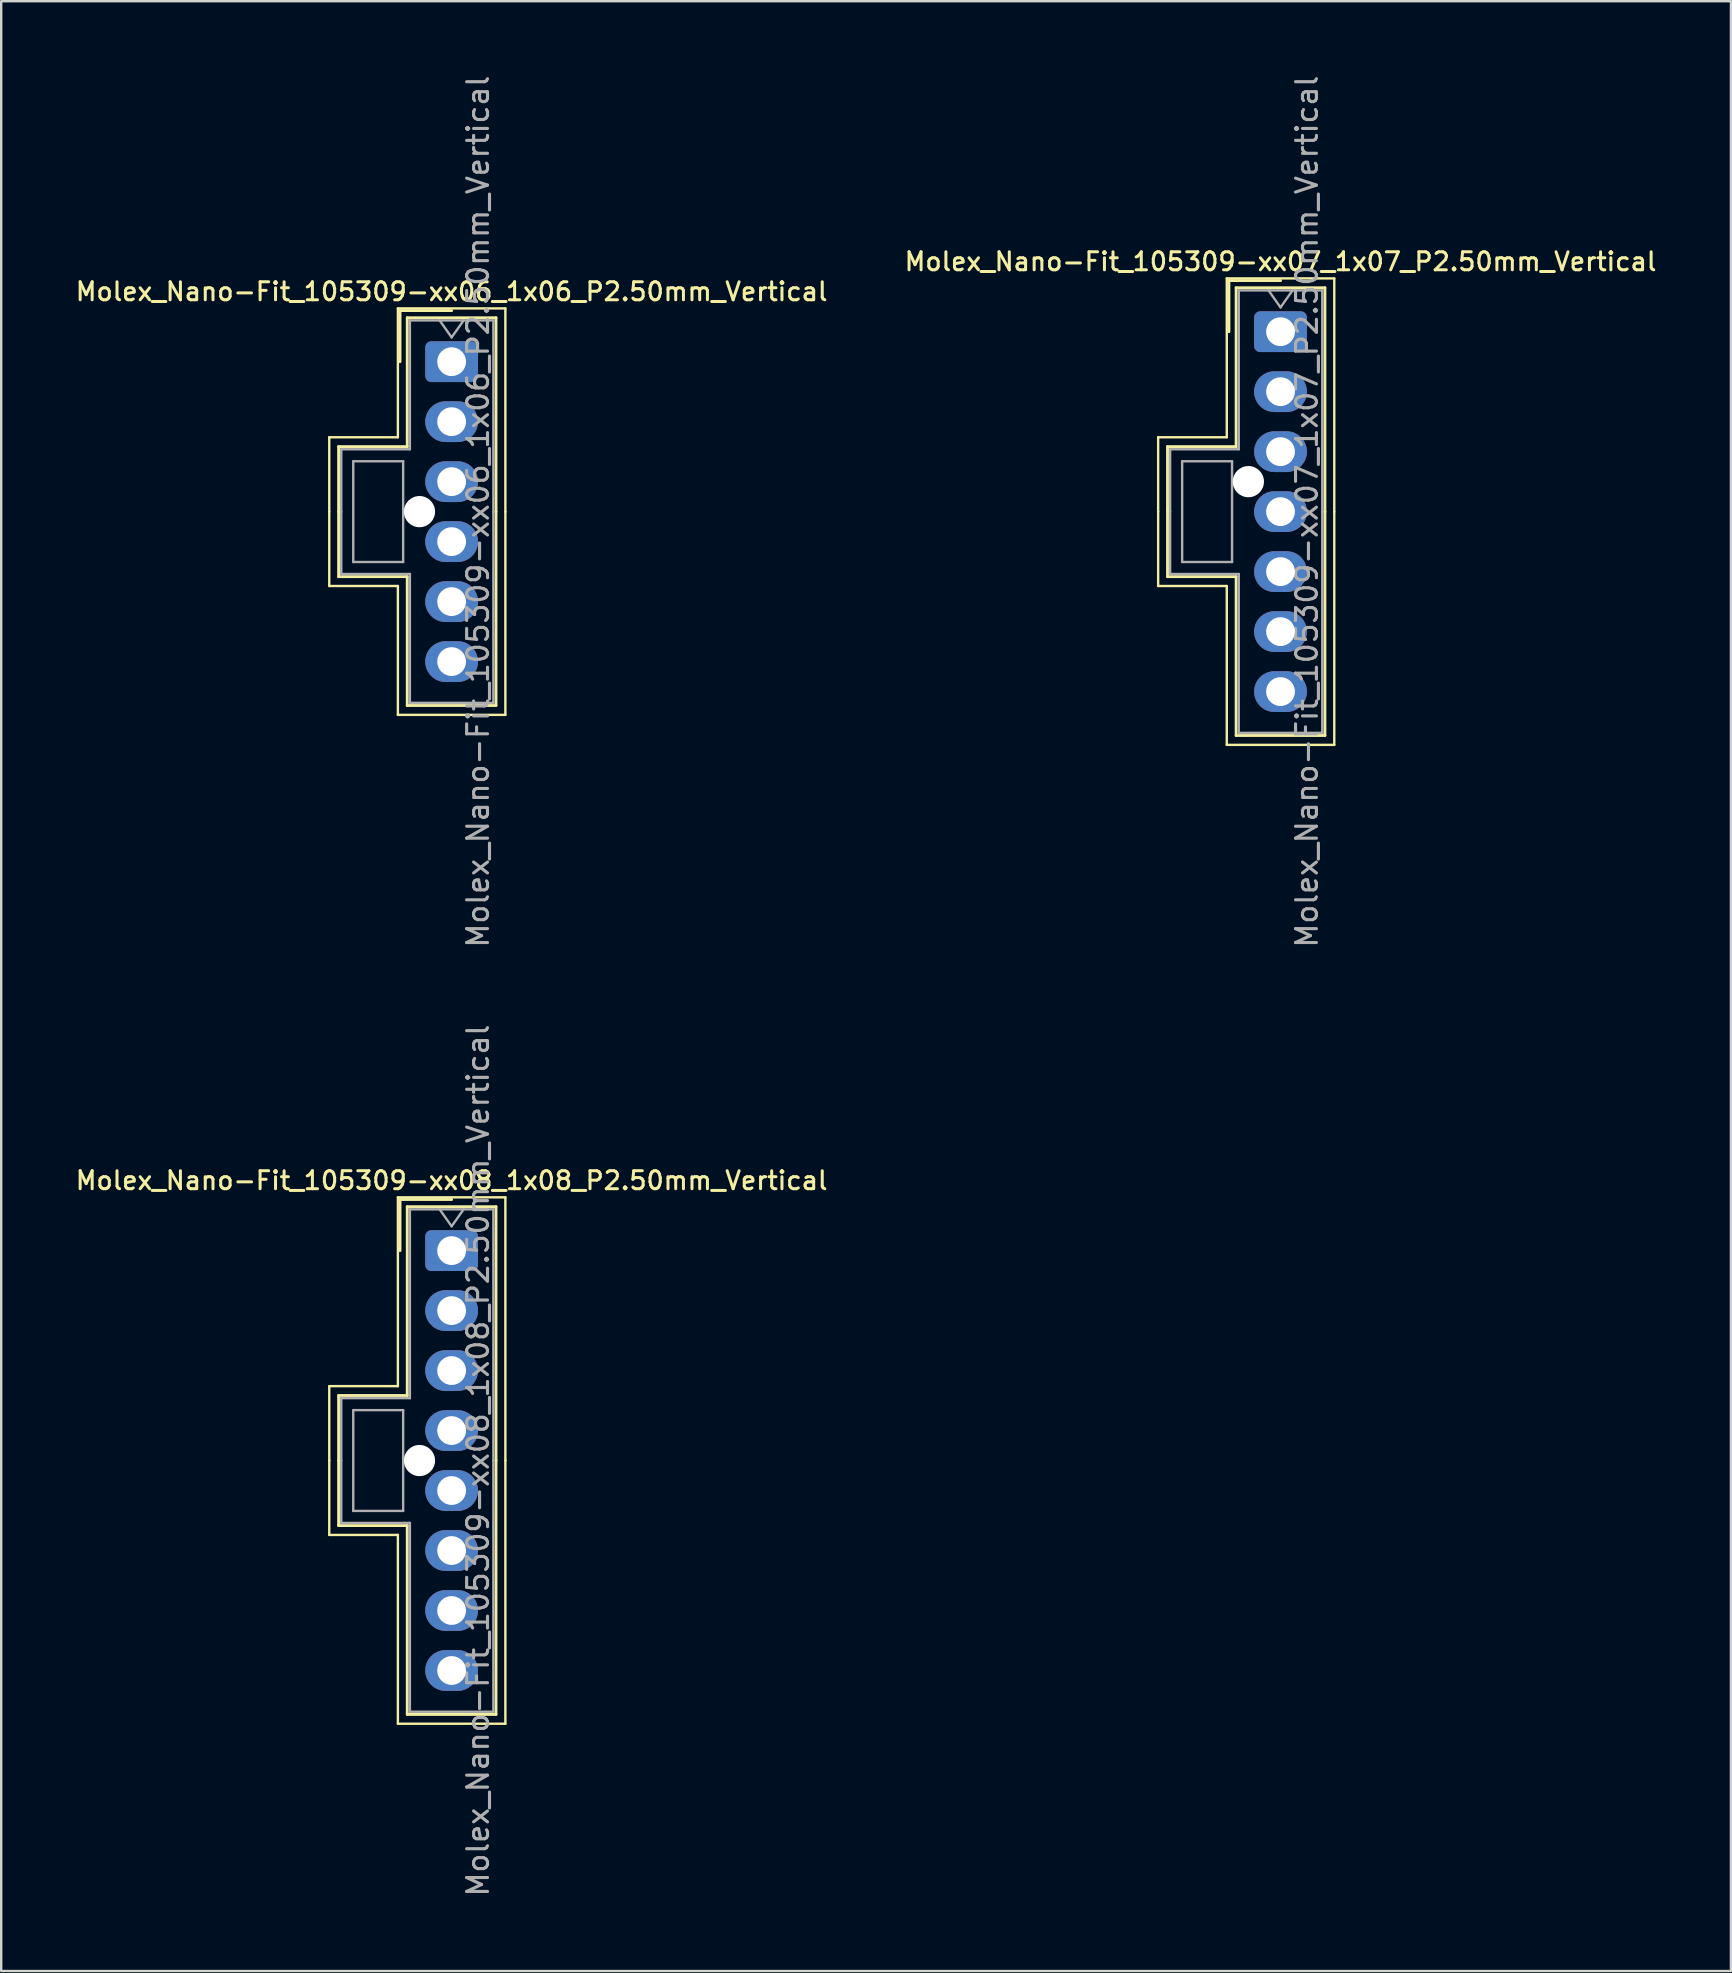
<source format=kicad_pcb>
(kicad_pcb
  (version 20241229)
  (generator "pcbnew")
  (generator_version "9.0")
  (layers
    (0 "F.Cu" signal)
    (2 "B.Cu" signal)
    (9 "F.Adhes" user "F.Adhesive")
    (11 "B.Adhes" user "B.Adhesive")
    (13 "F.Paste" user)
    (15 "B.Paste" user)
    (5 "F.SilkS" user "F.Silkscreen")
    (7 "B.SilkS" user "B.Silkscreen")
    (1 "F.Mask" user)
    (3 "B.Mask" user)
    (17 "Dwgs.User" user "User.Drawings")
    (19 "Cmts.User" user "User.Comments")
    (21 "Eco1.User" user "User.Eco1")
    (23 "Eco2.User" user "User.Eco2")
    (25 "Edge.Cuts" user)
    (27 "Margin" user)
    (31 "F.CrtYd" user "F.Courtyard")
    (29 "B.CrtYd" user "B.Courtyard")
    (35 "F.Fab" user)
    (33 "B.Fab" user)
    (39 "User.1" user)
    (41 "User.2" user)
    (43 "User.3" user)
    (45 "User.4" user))
  (footprint "Molex_Nano-Fit_105309-xx07_1x07_P2.50mm_Vertical"
    (layer "F.Cu")
    (at 50.32 10.774)
    (property "Reference" "Molex_Nano-Fit_105309-xx07_1x07_P2.50mm_Vertical" (at 0 -2.92 0) (layer "F.SilkS") (effects (font (size 0.75 0.75) (thickness 0.125))))
    (attr through_hole)
    (fp_line (start -5.1 4.4) (end -5.1 7.5) (stroke (width 0.1) (type solid)) (layer "F.SilkS"))
    (fp_line (start -5.1 10.6) (end -5.1 7.5) (stroke (width 0.1) (type solid)) (layer "F.SilkS"))
    (fp_line (start -4.71 4.79) (end -4.71 7.5) (stroke (width 0.12) (type solid)) (layer "F.SilkS"))
    (fp_line (start -4.71 10.21) (end -4.71 7.5) (stroke (width 0.12) (type solid)) (layer "F.SilkS"))
    (fp_line (start -2.24 -2.22) (end -2.24 4.4) (stroke (width 0.1) (type solid)) (layer "F.SilkS"))
    (fp_line (start -2.24 4.4) (end -5.1 4.4) (stroke (width 0.1) (type solid)) (layer "F.SilkS"))
    (fp_line (start -2.24 10.6) (end -5.1 10.6) (stroke (width 0.1) (type solid)) (layer "F.SilkS"))
    (fp_line (start -2.24 17.22) (end -2.24 10.6) (stroke (width 0.1) (type solid)) (layer "F.SilkS"))
    (fp_line (start -2.15 -2.13) (end -2.15 0) (stroke (width 0.12) (type solid)) (layer "F.SilkS"))
    (fp_line (start -1.85 -1.83) (end -1.85 4.79) (stroke (width 0.12) (type solid)) (layer "F.SilkS"))
    (fp_line (start -1.85 4.79) (end -4.71 4.79) (stroke (width 0.12) (type solid)) (layer "F.SilkS"))
    (fp_line (start -1.85 10.21) (end -4.71 10.21) (stroke (width 0.12) (type solid)) (layer "F.SilkS"))
    (fp_line (start -1.85 16.83) (end -1.85 10.21) (stroke (width 0.12) (type solid)) (layer "F.SilkS"))
    (fp_line (start 0 -2.13) (end -2.15 -2.13) (stroke (width 0.12) (type solid)) (layer "F.SilkS"))
    (fp_line (start 1.85 -1.83) (end -1.85 -1.83) (stroke (width 0.12) (type solid)) (layer "F.SilkS"))
    (fp_line (start 1.85 7.5) (end 1.85 -1.83) (stroke (width 0.12) (type solid)) (layer "F.SilkS"))
    (fp_line (start 1.85 7.5) (end 1.85 16.83) (stroke (width 0.12) (type solid)) (layer "F.SilkS"))
    (fp_line (start 1.85 16.83) (end -1.85 16.83) (stroke (width 0.12) (type solid)) (layer "F.SilkS"))
    (fp_line (start 2.24 -2.22) (end -2.24 -2.22) (stroke (width 0.1) (type solid)) (layer "F.SilkS"))
    (fp_line (start 2.24 7.5) (end 2.24 -2.22) (stroke (width 0.1) (type solid)) (layer "F.SilkS"))
    (fp_line (start 2.24 7.5) (end 2.24 17.22) (stroke (width 0.1) (type solid)) (layer "F.SilkS"))
    (fp_line (start 2.24 17.22) (end -2.24 17.22) (stroke (width 0.1) (type solid)) (layer "F.SilkS"))
    (fp_line (start -4.6 4.9) (end -4.6 7.5) (stroke (width 0.1) (type solid)) (layer "F.Fab"))
    (fp_line (start -4.6 10.1) (end -4.6 7.5) (stroke (width 0.1) (type solid)) (layer "F.Fab"))
    (fp_line (start -4.1 5.4) (end -4.1 9.6) (stroke (width 0.1) (type solid)) (layer "F.Fab"))
    (fp_line (start -4.1 9.6) (end -2.02 9.6) (stroke (width 0.1) (type solid)) (layer "F.Fab"))
    (fp_line (start -2.02 5.4) (end -4.1 5.4) (stroke (width 0.1) (type solid)) (layer "F.Fab"))
    (fp_line (start -2.02 9.6) (end -2.02 5.4) (stroke (width 0.1) (type solid)) (layer "F.Fab"))
    (fp_line (start -1.74 -1.72) (end -1.74 4.9) (stroke (width 0.1) (type solid)) (layer "F.Fab"))
    (fp_line (start -1.74 4.9) (end -4.6 4.9) (stroke (width 0.1) (type solid)) (layer "F.Fab"))
    (fp_line (start -1.74 10.1) (end -4.6 10.1) (stroke (width 0.1) (type solid)) (layer "F.Fab"))
    (fp_line (start -1.74 16.72) (end -1.74 10.1) (stroke (width 0.1) (type solid)) (layer "F.Fab"))
    (fp_line (start -0.5 -1.72) (end 0 -1.013) (stroke (width 0.1) (type solid)) (layer "F.Fab"))
    (fp_line (start 0 -1.013) (end 0.5 -1.72) (stroke (width 0.1) (type solid)) (layer "F.Fab"))
    (fp_line (start 1.74 -1.72) (end -1.74 -1.72) (stroke (width 0.1) (type solid)) (layer "F.Fab"))
    (fp_line (start 1.74 7.5) (end 1.74 -1.72) (stroke (width 0.1) (type solid)) (layer "F.Fab"))
    (fp_line (start 1.74 7.5) (end 1.74 16.72) (stroke (width 0.1) (type solid)) (layer "F.Fab"))
    (fp_line (start 1.74 16.72) (end -1.74 16.72) (stroke (width 0.1) (type solid)) (layer "F.Fab"))
    (fp_text user "${REFERENCE}" (at 1.1 7.5 90) (layer "F.Fab") (effects (font (size 0.87 0.87) (thickness 0.13))))
    (pad "" np_thru_hole circle (at -1.34 6.25) (size 1.3 1.3) (drill 1.3) (layers "*.Cu" "*.Mask"))
    (pad "1" thru_hole roundrect (at 0 0) (size 2.2 1.7) (drill 1.2) (layers "*.Cu" "*.Mask") (roundrect_rratio 0.147))
    (pad "2" thru_hole oval (at 0 2.5) (size 2.2 1.7) (drill 1.2) (layers "*.Cu" "*.Mask"))
    (pad "3" thru_hole oval (at 0 5) (size 2.2 1.7) (drill 1.2) (layers "*.Cu" "*.Mask"))
    (pad "4" thru_hole oval (at 0 7.5) (size 2.2 1.7) (drill 1.2) (layers "*.Cu" "*.Mask"))
    (pad "5" thru_hole oval (at 0 10) (size 2.2 1.7) (drill 1.2) (layers "*.Cu" "*.Mask"))
    (pad "6" thru_hole oval (at 0 12.5) (size 2.2 1.7) (drill 1.2) (layers "*.Cu" "*.Mask"))
    (pad "7" thru_hole oval (at 0 15) (size 2.2 1.7) (drill 1.2) (layers "*.Cu" "*.Mask")))
  (footprint "Molex_Nano-Fit_105309-xx06_1x06_P2.50mm_Vertical"
    (layer "F.Cu")
    (at 15.773 12.024)
    (property "Reference" "Molex_Nano-Fit_105309-xx06_1x06_P2.50mm_Vertical" (at 0 -2.92 0) (layer "F.SilkS") (effects (font (size 0.75 0.75) (thickness 0.125))))
    (attr through_hole)
    (fp_line (start -5.1 3.15) (end -5.1 6.25) (stroke (width 0.1) (type solid)) (layer "F.SilkS"))
    (fp_line (start -5.1 9.35) (end -5.1 6.25) (stroke (width 0.1) (type solid)) (layer "F.SilkS"))
    (fp_line (start -4.71 3.54) (end -4.71 6.25) (stroke (width 0.12) (type solid)) (layer "F.SilkS"))
    (fp_line (start -4.71 8.96) (end -4.71 6.25) (stroke (width 0.12) (type solid)) (layer "F.SilkS"))
    (fp_line (start -2.24 -2.22) (end -2.24 3.15) (stroke (width 0.1) (type solid)) (layer "F.SilkS"))
    (fp_line (start -2.24 3.15) (end -5.1 3.15) (stroke (width 0.1) (type solid)) (layer "F.SilkS"))
    (fp_line (start -2.24 9.35) (end -5.1 9.35) (stroke (width 0.1) (type solid)) (layer "F.SilkS"))
    (fp_line (start -2.24 14.72) (end -2.24 9.35) (stroke (width 0.1) (type solid)) (layer "F.SilkS"))
    (fp_line (start -2.15 -2.13) (end -2.15 0) (stroke (width 0.12) (type solid)) (layer "F.SilkS"))
    (fp_line (start -1.85 -1.83) (end -1.85 3.54) (stroke (width 0.12) (type solid)) (layer "F.SilkS"))
    (fp_line (start -1.85 3.54) (end -4.71 3.54) (stroke (width 0.12) (type solid)) (layer "F.SilkS"))
    (fp_line (start -1.85 8.96) (end -4.71 8.96) (stroke (width 0.12) (type solid)) (layer "F.SilkS"))
    (fp_line (start -1.85 14.33) (end -1.85 8.96) (stroke (width 0.12) (type solid)) (layer "F.SilkS"))
    (fp_line (start 0 -2.13) (end -2.15 -2.13) (stroke (width 0.12) (type solid)) (layer "F.SilkS"))
    (fp_line (start 1.85 -1.83) (end -1.85 -1.83) (stroke (width 0.12) (type solid)) (layer "F.SilkS"))
    (fp_line (start 1.85 6.25) (end 1.85 -1.83) (stroke (width 0.12) (type solid)) (layer "F.SilkS"))
    (fp_line (start 1.85 6.25) (end 1.85 14.33) (stroke (width 0.12) (type solid)) (layer "F.SilkS"))
    (fp_line (start 1.85 14.33) (end -1.85 14.33) (stroke (width 0.12) (type solid)) (layer "F.SilkS"))
    (fp_line (start 2.24 -2.22) (end -2.24 -2.22) (stroke (width 0.1) (type solid)) (layer "F.SilkS"))
    (fp_line (start 2.24 6.25) (end 2.24 -2.22) (stroke (width 0.1) (type solid)) (layer "F.SilkS"))
    (fp_line (start 2.24 6.25) (end 2.24 14.72) (stroke (width 0.1) (type solid)) (layer "F.SilkS"))
    (fp_line (start 2.24 14.72) (end -2.24 14.72) (stroke (width 0.1) (type solid)) (layer "F.SilkS"))
    (fp_line (start -4.6 3.65) (end -4.6 6.25) (stroke (width 0.1) (type solid)) (layer "F.Fab"))
    (fp_line (start -4.6 8.85) (end -4.6 6.25) (stroke (width 0.1) (type solid)) (layer "F.Fab"))
    (fp_line (start -4.1 4.15) (end -4.1 8.35) (stroke (width 0.1) (type solid)) (layer "F.Fab"))
    (fp_line (start -4.1 8.35) (end -2.02 8.35) (stroke (width 0.1) (type solid)) (layer "F.Fab"))
    (fp_line (start -2.02 4.15) (end -4.1 4.15) (stroke (width 0.1) (type solid)) (layer "F.Fab"))
    (fp_line (start -2.02 8.35) (end -2.02 4.15) (stroke (width 0.1) (type solid)) (layer "F.Fab"))
    (fp_line (start -1.74 -1.72) (end -1.74 3.65) (stroke (width 0.1) (type solid)) (layer "F.Fab"))
    (fp_line (start -1.74 3.65) (end -4.6 3.65) (stroke (width 0.1) (type solid)) (layer "F.Fab"))
    (fp_line (start -1.74 8.85) (end -4.6 8.85) (stroke (width 0.1) (type solid)) (layer "F.Fab"))
    (fp_line (start -1.74 14.22) (end -1.74 8.85) (stroke (width 0.1) (type solid)) (layer "F.Fab"))
    (fp_line (start -0.5 -1.72) (end 0 -1.013) (stroke (width 0.1) (type solid)) (layer "F.Fab"))
    (fp_line (start 0 -1.013) (end 0.5 -1.72) (stroke (width 0.1) (type solid)) (layer "F.Fab"))
    (fp_line (start 1.74 -1.72) (end -1.74 -1.72) (stroke (width 0.1) (type solid)) (layer "F.Fab"))
    (fp_line (start 1.74 6.25) (end 1.74 -1.72) (stroke (width 0.1) (type solid)) (layer "F.Fab"))
    (fp_line (start 1.74 6.25) (end 1.74 14.22) (stroke (width 0.1) (type solid)) (layer "F.Fab"))
    (fp_line (start 1.74 14.22) (end -1.74 14.22) (stroke (width 0.1) (type solid)) (layer "F.Fab"))
    (fp_text user "${REFERENCE}" (at 1.1 6.25 90) (layer "F.Fab") (effects (font (size 0.87 0.87) (thickness 0.13))))
    (pad "" np_thru_hole circle (at -1.34 6.25) (size 1.3 1.3) (drill 1.3) (layers "*.Cu" "*.Mask"))
    (pad "1" thru_hole roundrect (at 0 0) (size 2.2 1.7) (drill 1.2) (layers "*.Cu" "*.Mask") (roundrect_rratio 0.147))
    (pad "2" thru_hole oval (at 0 2.5) (size 2.2 1.7) (drill 1.2) (layers "*.Cu" "*.Mask"))
    (pad "3" thru_hole oval (at 0 5) (size 2.2 1.7) (drill 1.2) (layers "*.Cu" "*.Mask"))
    (pad "4" thru_hole oval (at 0 7.5) (size 2.2 1.7) (drill 1.2) (layers "*.Cu" "*.Mask"))
    (pad "5" thru_hole oval (at 0 10) (size 2.2 1.7) (drill 1.2) (layers "*.Cu" "*.Mask"))
    (pad "6" thru_hole oval (at 0 12.5) (size 2.2 1.7) (drill 1.2) (layers "*.Cu" "*.Mask")))
  (footprint "Molex_Nano-Fit_105309-xx08_1x08_P2.50mm_Vertical"
    (layer "F.Cu")
    (at 15.773 49.073)
    (property "Reference" "Molex_Nano-Fit_105309-xx08_1x08_P2.50mm_Vertical" (at 0 -2.92 0) (layer "F.SilkS") (effects (font (size 0.75 0.75) (thickness 0.125))))
    (attr through_hole)
    (fp_line (start -5.1 5.65) (end -5.1 8.75) (stroke (width 0.1) (type solid)) (layer "F.SilkS"))
    (fp_line (start -5.1 11.85) (end -5.1 8.75) (stroke (width 0.1) (type solid)) (layer "F.SilkS"))
    (fp_line (start -4.71 6.04) (end -4.71 8.75) (stroke (width 0.12) (type solid)) (layer "F.SilkS"))
    (fp_line (start -4.71 11.46) (end -4.71 8.75) (stroke (width 0.12) (type solid)) (layer "F.SilkS"))
    (fp_line (start -2.24 -2.22) (end -2.24 5.65) (stroke (width 0.1) (type solid)) (layer "F.SilkS"))
    (fp_line (start -2.24 5.65) (end -5.1 5.65) (stroke (width 0.1) (type solid)) (layer "F.SilkS"))
    (fp_line (start -2.24 11.85) (end -5.1 11.85) (stroke (width 0.1) (type solid)) (layer "F.SilkS"))
    (fp_line (start -2.24 19.72) (end -2.24 11.85) (stroke (width 0.1) (type solid)) (layer "F.SilkS"))
    (fp_line (start -2.15 -2.13) (end -2.15 0) (stroke (width 0.12) (type solid)) (layer "F.SilkS"))
    (fp_line (start -1.85 -1.83) (end -1.85 6.04) (stroke (width 0.12) (type solid)) (layer "F.SilkS"))
    (fp_line (start -1.85 6.04) (end -4.71 6.04) (stroke (width 0.12) (type solid)) (layer "F.SilkS"))
    (fp_line (start -1.85 11.46) (end -4.71 11.46) (stroke (width 0.12) (type solid)) (layer "F.SilkS"))
    (fp_line (start -1.85 19.33) (end -1.85 11.46) (stroke (width 0.12) (type solid)) (layer "F.SilkS"))
    (fp_line (start 0 -2.13) (end -2.15 -2.13) (stroke (width 0.12) (type solid)) (layer "F.SilkS"))
    (fp_line (start 1.85 -1.83) (end -1.85 -1.83) (stroke (width 0.12) (type solid)) (layer "F.SilkS"))
    (fp_line (start 1.85 8.75) (end 1.85 -1.83) (stroke (width 0.12) (type solid)) (layer "F.SilkS"))
    (fp_line (start 1.85 8.75) (end 1.85 19.33) (stroke (width 0.12) (type solid)) (layer "F.SilkS"))
    (fp_line (start 1.85 19.33) (end -1.85 19.33) (stroke (width 0.12) (type solid)) (layer "F.SilkS"))
    (fp_line (start 2.24 -2.22) (end -2.24 -2.22) (stroke (width 0.1) (type solid)) (layer "F.SilkS"))
    (fp_line (start 2.24 8.75) (end 2.24 -2.22) (stroke (width 0.1) (type solid)) (layer "F.SilkS"))
    (fp_line (start 2.24 8.75) (end 2.24 19.72) (stroke (width 0.1) (type solid)) (layer "F.SilkS"))
    (fp_line (start 2.24 19.72) (end -2.24 19.72) (stroke (width 0.1) (type solid)) (layer "F.SilkS"))
    (fp_line (start -4.6 6.15) (end -4.6 8.75) (stroke (width 0.1) (type solid)) (layer "F.Fab"))
    (fp_line (start -4.6 11.35) (end -4.6 8.75) (stroke (width 0.1) (type solid)) (layer "F.Fab"))
    (fp_line (start -4.1 6.65) (end -4.1 10.85) (stroke (width 0.1) (type solid)) (layer "F.Fab"))
    (fp_line (start -4.1 10.85) (end -2.02 10.85) (stroke (width 0.1) (type solid)) (layer "F.Fab"))
    (fp_line (start -2.02 6.65) (end -4.1 6.65) (stroke (width 0.1) (type solid)) (layer "F.Fab"))
    (fp_line (start -2.02 10.85) (end -2.02 6.65) (stroke (width 0.1) (type solid)) (layer "F.Fab"))
    (fp_line (start -1.74 -1.72) (end -1.74 6.15) (stroke (width 0.1) (type solid)) (layer "F.Fab"))
    (fp_line (start -1.74 6.15) (end -4.6 6.15) (stroke (width 0.1) (type solid)) (layer "F.Fab"))
    (fp_line (start -1.74 11.35) (end -4.6 11.35) (stroke (width 0.1) (type solid)) (layer "F.Fab"))
    (fp_line (start -1.74 19.22) (end -1.74 11.35) (stroke (width 0.1) (type solid)) (layer "F.Fab"))
    (fp_line (start -0.5 -1.72) (end 0 -1.013) (stroke (width 0.1) (type solid)) (layer "F.Fab"))
    (fp_line (start 0 -1.013) (end 0.5 -1.72) (stroke (width 0.1) (type solid)) (layer "F.Fab"))
    (fp_line (start 1.74 -1.72) (end -1.74 -1.72) (stroke (width 0.1) (type solid)) (layer "F.Fab"))
    (fp_line (start 1.74 8.75) (end 1.74 -1.72) (stroke (width 0.1) (type solid)) (layer "F.Fab"))
    (fp_line (start 1.74 8.75) (end 1.74 19.22) (stroke (width 0.1) (type solid)) (layer "F.Fab"))
    (fp_line (start 1.74 19.22) (end -1.74 19.22) (stroke (width 0.1) (type solid)) (layer "F.Fab"))
    (fp_text user "${REFERENCE}" (at 1.1 8.75 90) (layer "F.Fab") (effects (font (size 0.87 0.87) (thickness 0.13))))
    (pad "" np_thru_hole circle (at -1.34 8.75) (size 1.3 1.3) (drill 1.3) (layers "*.Cu" "*.Mask"))
    (pad "1" thru_hole roundrect (at 0 0) (size 2.2 1.7) (drill 1.2) (layers "*.Cu" "*.Mask") (roundrect_rratio 0.147))
    (pad "2" thru_hole oval (at 0 2.5) (size 2.2 1.7) (drill 1.2) (layers "*.Cu" "*.Mask"))
    (pad "3" thru_hole oval (at 0 5) (size 2.2 1.7) (drill 1.2) (layers "*.Cu" "*.Mask"))
    (pad "4" thru_hole oval (at 0 7.5) (size 2.2 1.7) (drill 1.2) (layers "*.Cu" "*.Mask"))
    (pad "5" thru_hole oval (at 0 10) (size 2.2 1.7) (drill 1.2) (layers "*.Cu" "*.Mask"))
    (pad "6" thru_hole oval (at 0 12.5) (size 2.2 1.7) (drill 1.2) (layers "*.Cu" "*.Mask"))
    (pad "7" thru_hole oval (at 0 15) (size 2.2 1.7) (drill 1.2) (layers "*.Cu" "*.Mask"))
    (pad "8" thru_hole oval (at 0 17.5) (size 2.2 1.7) (drill 1.2) (layers "*.Cu" "*.Mask")))
  (gr_rect
    (start -3 -3)
    (end 69.093 79.098)
    (stroke (width 0.1) (type default))
    (fill no)
    (layer "Edge.Cuts")))
</source>
